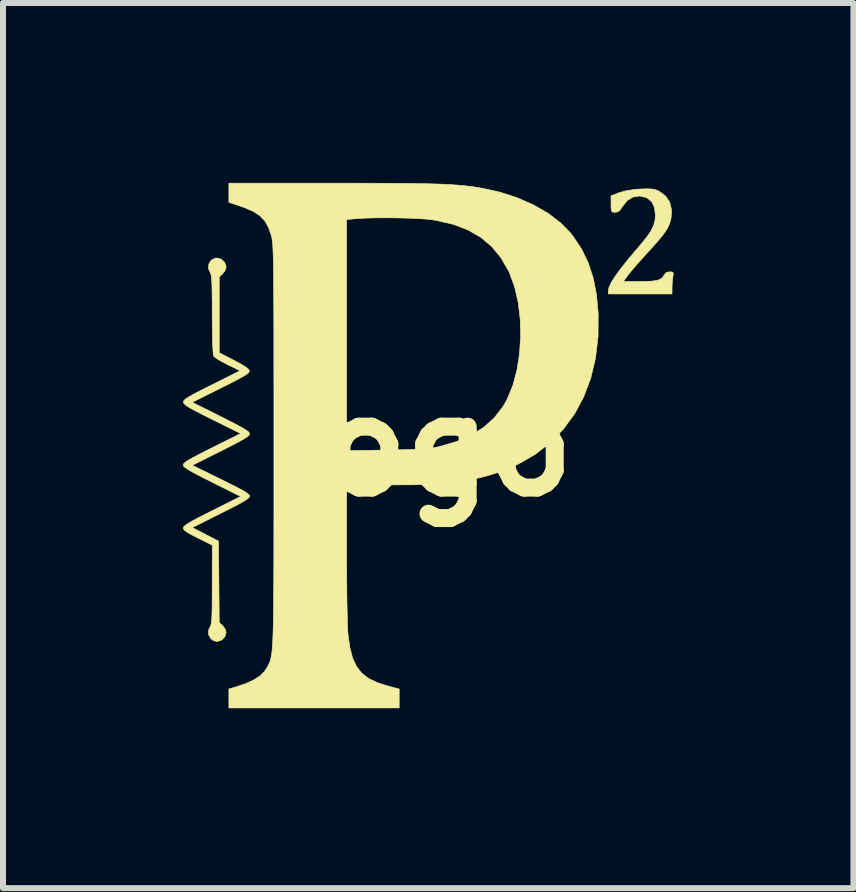
<source format=kicad_pcb>
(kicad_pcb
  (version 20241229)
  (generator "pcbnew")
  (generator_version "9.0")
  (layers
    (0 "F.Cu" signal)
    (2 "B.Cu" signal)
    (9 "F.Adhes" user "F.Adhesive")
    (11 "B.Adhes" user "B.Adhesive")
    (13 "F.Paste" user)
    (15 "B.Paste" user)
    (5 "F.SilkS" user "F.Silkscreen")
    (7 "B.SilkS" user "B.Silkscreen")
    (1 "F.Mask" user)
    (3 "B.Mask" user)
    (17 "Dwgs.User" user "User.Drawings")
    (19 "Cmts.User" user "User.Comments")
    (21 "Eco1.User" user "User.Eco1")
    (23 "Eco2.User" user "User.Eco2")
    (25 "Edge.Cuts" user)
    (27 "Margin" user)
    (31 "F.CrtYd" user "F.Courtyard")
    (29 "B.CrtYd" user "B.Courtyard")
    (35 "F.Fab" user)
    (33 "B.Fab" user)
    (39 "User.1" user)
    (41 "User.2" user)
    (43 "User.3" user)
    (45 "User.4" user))
  (footprint "logo"
    (layer "F.Cu")
    (at 4.023 4.392)
    (property "Reference" "logo" (at 0 0 0) (layer "F.SilkS") (effects (font (size 1.524 1.524) (thickness 0.3))))
    (attr through_hole)
    (fp_poly (pts (xy 3.789 -4.291) (xy 3.846 -4.282) (xy 3.897 -4.263) (xy 3.922 -4.25) (xy 4.026 -4.173) (xy 4.095 -4.07) (xy 4.126 -3.944) (xy 4.118 -3.802) (xy 4.113 -3.782) (xy 4.094 -3.716) (xy 4.065 -3.65) (xy 4.022 -3.579) (xy 3.96 -3.496) (xy 3.875 -3.396) (xy 3.764 -3.271) (xy 3.711 -3.214) (xy 3.62 -3.114) (xy 3.534 -3.017) (xy 3.461 -2.931) (xy 3.408 -2.867) (xy 3.396 -2.85) (xy 3.322 -2.748) (xy 3.588 -2.748) (xy 3.732 -2.75) (xy 3.837 -2.758) (xy 3.91 -2.774) (xy 3.959 -2.798) (xy 3.99 -2.834) (xy 3.999 -2.851) (xy 4.035 -2.897) (xy 4.094 -2.909) (xy 4.138 -2.906) (xy 4.154 -2.889) (xy 4.151 -2.842) (xy 4.148 -2.823) (xy 4.138 -2.74) (xy 4.134 -2.65) (xy 4.134 -2.638) (xy 4.133 -2.54) (xy 3.071 -2.54) (xy 3.071 -2.592) (xy 3.083 -2.65) (xy 3.118 -2.726) (xy 3.178 -2.823) (xy 3.265 -2.944) (xy 3.381 -3.091) (xy 3.527 -3.266) (xy 3.607 -3.359) (xy 3.711 -3.486) (xy 3.784 -3.593) (xy 3.829 -3.689) (xy 3.852 -3.782) (xy 3.856 -3.853) (xy 3.841 -3.982) (xy 3.796 -4.077) (xy 3.719 -4.14) (xy 3.701 -4.149) (xy 3.587 -4.174) (xy 3.479 -4.155) (xy 3.383 -4.095) (xy 3.306 -3.996) (xy 3.305 -3.995) (xy 3.265 -3.935) (xy 3.226 -3.908) (xy 3.185 -3.902) (xy 3.147 -3.904) (xy 3.127 -3.918) (xy 3.119 -3.953) (xy 3.117 -4.021) (xy 3.117 -4.039) (xy 3.117 -4.176) (xy 3.25 -4.228) (xy 3.373 -4.263) (xy 3.525 -4.284) (xy 3.604 -4.29) (xy 3.713 -4.293) (xy 3.789 -4.291)) (stroke (width 0.01) (type solid)) (fill yes) (layer "F.SilkS"))
    (fp_poly (pts (xy -3.383 -3.12) (xy -3.328 -3.068) (xy -3.302 -3) (xy -3.302 -2.989) (xy -3.319 -2.931) (xy -3.36 -2.877) (xy -3.417 -2.823) (xy -3.417 -1.559) (xy -3.169 -1.432) (xy -3.051 -1.368) (xy -2.971 -1.319) (xy -2.927 -1.282) (xy -2.914 -1.258) (xy -2.918 -1.241) (xy -2.936 -1.219) (xy -2.974 -1.191) (xy -3.036 -1.155) (xy -3.126 -1.106) (xy -3.249 -1.042) (xy -3.388 -0.973) (xy -3.868 -0.733) (xy -3.389 -0.494) (xy -3.23 -0.413) (xy -3.108 -0.35) (xy -3.02 -0.301) (xy -2.96 -0.264) (xy -2.925 -0.236) (xy -2.911 -0.215) (xy -2.909 -0.208) (xy -2.917 -0.189) (xy -2.943 -0.164) (xy -2.992 -0.131) (xy -3.068 -0.087) (xy -3.176 -0.03) (xy -3.319 0.043) (xy -3.388 0.078) (xy -3.866 0.317) (xy -3.388 0.552) (xy -3.228 0.631) (xy -3.107 0.693) (xy -3.018 0.741) (xy -2.959 0.777) (xy -2.925 0.805) (xy -2.91 0.826) (xy -2.909 0.832) (xy -2.918 0.851) (xy -2.945 0.876) (xy -2.996 0.91) (xy -3.074 0.955) (xy -3.184 1.013) (xy -3.331 1.088) (xy -3.388 1.116) (xy -3.866 1.356) (xy -3.647 1.469) (xy -3.429 1.582) (xy -3.423 2.261) (xy -3.417 2.939) (xy -3.359 2.993) (xy -3.318 3.048) (xy -3.302 3.105) (xy -3.322 3.174) (xy -3.374 3.229) (xy -3.442 3.255) (xy -3.452 3.256) (xy -3.512 3.24) (xy -3.556 3.21) (xy -3.596 3.14) (xy -3.594 3.063) (xy -3.568 3.012) (xy -3.558 2.991) (xy -3.55 2.956) (xy -3.544 2.901) (xy -3.539 2.822) (xy -3.536 2.713) (xy -3.535 2.57) (xy -3.534 2.388) (xy -3.534 2.309) (xy -3.533 1.65) (xy -3.775 1.529) (xy -3.885 1.473) (xy -3.959 1.43) (xy -4 1.397) (xy -4.017 1.37) (xy -4.018 1.363) (xy -4.01 1.343) (xy -3.984 1.319) (xy -3.936 1.286) (xy -3.861 1.243) (xy -3.755 1.186) (xy -3.613 1.114) (xy -3.539 1.077) (xy -3.06 0.837) (xy -3.539 0.598) (xy -3.697 0.518) (xy -3.818 0.455) (xy -3.906 0.407) (xy -3.965 0.37) (xy -4.001 0.342) (xy -4.016 0.321) (xy -4.018 0.312) (xy -4.011 0.293) (xy -3.986 0.268) (xy -3.939 0.236) (xy -3.866 0.194) (xy -3.762 0.139) (xy -3.622 0.068) (xy -3.539 0.026) (xy -3.06 -0.213) (xy -3.533 -0.447) (xy -3.691 -0.526) (xy -3.811 -0.588) (xy -3.899 -0.636) (xy -3.958 -0.673) (xy -3.994 -0.701) (xy -4.011 -0.723) (xy -4.014 -0.732) (xy -4.012 -0.751) (xy -3.999 -0.771) (xy -3.969 -0.795) (xy -3.919 -0.827) (xy -3.842 -0.87) (xy -3.735 -0.926) (xy -3.593 -0.998) (xy -3.545 -1.021) (xy -3.069 -1.26) (xy -3.28 -1.363) (xy -3.371 -1.41) (xy -3.447 -1.455) (xy -3.498 -1.49) (xy -3.512 -1.505) (xy -3.517 -1.538) (xy -3.522 -1.61) (xy -3.527 -1.716) (xy -3.53 -1.849) (xy -3.533 -2.004) (xy -3.534 -2.173) (xy -3.534 -2.198) (xy -3.534 -2.396) (xy -3.536 -2.552) (xy -3.538 -2.672) (xy -3.542 -2.761) (xy -3.548 -2.824) (xy -3.555 -2.866) (xy -3.565 -2.891) (xy -3.568 -2.897) (xy -3.598 -2.967) (xy -3.59 -3.039) (xy -3.552 -3.1) (xy -3.489 -3.136) (xy -3.452 -3.14) (xy -3.383 -3.12)) (stroke (width 0.01) (type solid)) (fill yes) (layer "F.SilkS"))
    (fp_poly (pts (xy -1.507 -4.387) (xy -1.146 -4.387) (xy -0.828 -4.386) (xy -0.549 -4.385) (xy -0.305 -4.383) (xy -0.092 -4.38) (xy 0.092 -4.377) (xy 0.252 -4.372) (xy 0.392 -4.366) (xy 0.514 -4.358) (xy 0.623 -4.35) (xy 0.722 -4.339) (xy 0.815 -4.328) (xy 0.906 -4.314) (xy 0.947 -4.307) (xy 1.258 -4.239) (xy 1.551 -4.145) (xy 1.821 -4.026) (xy 2.063 -3.887) (xy 2.271 -3.729) (xy 2.442 -3.556) (xy 2.48 -3.507) (xy 2.626 -3.288) (xy 2.738 -3.056) (xy 2.82 -2.805) (xy 2.874 -2.528) (xy 2.902 -2.219) (xy 2.903 -2.205) (xy 2.9 -1.828) (xy 2.858 -1.471) (xy 2.779 -1.138) (xy 2.663 -0.828) (xy 2.512 -0.545) (xy 2.325 -0.289) (xy 2.105 -0.062) (xy 1.852 0.135) (xy 1.567 0.299) (xy 1.252 0.43) (xy 1.229 0.438) (xy 1.026 0.5) (xy 0.818 0.549) (xy 0.6 0.588) (xy 0.364 0.616) (xy 0.104 0.634) (xy -0.186 0.643) (xy -0.512 0.644) (xy -0.639 0.642) (xy -1.293 0.631) (xy -1.293 1.776) (xy -1.292 2.01) (xy -1.291 2.238) (xy -1.289 2.452) (xy -1.286 2.649) (xy -1.282 2.821) (xy -1.278 2.964) (xy -1.274 3.072) (xy -1.269 3.14) (xy -1.269 3.14) (xy -1.239 3.355) (xy -1.193 3.531) (xy -1.128 3.672) (xy -1.04 3.784) (xy -0.925 3.873) (xy -0.779 3.943) (xy -0.607 3.997) (xy -0.416 4.048) (xy -0.416 4.364) (xy -3.256 4.364) (xy -3.256 4.048) (xy -3.158 4.019) (xy -2.979 3.959) (xy -2.841 3.897) (xy -2.737 3.829) (xy -2.659 3.751) (xy -2.611 3.674) (xy -2.596 3.646) (xy -2.584 3.619) (xy -2.572 3.591) (xy -2.562 3.559) (xy -2.553 3.521) (xy -2.544 3.476) (xy -2.537 3.419) (xy -2.531 3.35) (xy -2.526 3.266) (xy -2.521 3.165) (xy -2.517 3.044) (xy -2.514 2.901) (xy -2.512 2.734) (xy -2.51 2.541) (xy -2.508 2.318) (xy -2.507 2.065) (xy -2.506 1.778) (xy -2.506 1.455) (xy -2.505 1.094) (xy -2.505 0.694) (xy -2.505 0.25) (xy -2.505 -0.023) (xy -2.505 -0.483) (xy -2.505 -0.899) (xy -2.506 -1.274) (xy -2.506 -1.609) (xy -2.506 -1.907) (xy -2.507 -2.171) (xy -2.508 -2.403) (xy -2.509 -2.604) (xy -2.51 -2.778) (xy -2.512 -2.926) (xy -2.514 -3.051) (xy -2.516 -3.156) (xy -2.519 -3.242) (xy -2.522 -3.311) (xy -2.525 -3.367) (xy -2.529 -3.412) (xy -2.534 -3.447) (xy -2.539 -3.475) (xy -2.544 -3.499) (xy -2.546 -3.508) (xy -2.594 -3.646) (xy -2.655 -3.755) (xy -2.678 -3.78) (xy -1.293 -3.78) (xy -1.293 0.074) (xy -0.618 0.063) (xy -0.413 0.059) (xy -0.247 0.055) (xy -0.115 0.05) (xy -0.008 0.044) (xy 0.078 0.036) (xy 0.151 0.026) (xy 0.218 0.013) (xy 0.256 0.004) (xy 0.541 -0.079) (xy 0.788 -0.186) (xy 0.998 -0.319) (xy 1.173 -0.478) (xy 1.317 -0.664) (xy 1.387 -0.789) (xy 1.48 -1.015) (xy 1.548 -1.271) (xy 1.591 -1.546) (xy 1.609 -1.831) (xy 1.602 -2.118) (xy 1.569 -2.395) (xy 1.51 -2.654) (xy 1.426 -2.886) (xy 1.41 -2.921) (xy 1.282 -3.142) (xy 1.128 -3.33) (xy 0.945 -3.484) (xy 0.732 -3.607) (xy 0.486 -3.701) (xy 0.204 -3.766) (xy 0.143 -3.776) (xy 0.037 -3.788) (xy -0.104 -3.797) (xy -0.27 -3.804) (xy -0.451 -3.808) (xy -0.636 -3.81) (xy -0.814 -3.809) (xy -0.975 -3.805) (xy -1.108 -3.797) (xy -1.137 -3.795) (xy -1.293 -3.78) (xy -2.678 -3.78) (xy -2.737 -3.843) (xy -2.847 -3.915) (xy -2.993 -3.979) (xy -3.074 -4.007) (xy -3.256 -4.068) (xy -3.256 -4.387) (xy -1.507 -4.387)) (stroke (width 0.01) (type solid)) (fill yes) (layer "F.SilkS")))
  (gr_rect
    (start -3 -3)
    (end 11.182 11.761)
    (stroke (width 0.1) (type default))
    (fill no)
    (layer "Edge.Cuts")))
</source>
